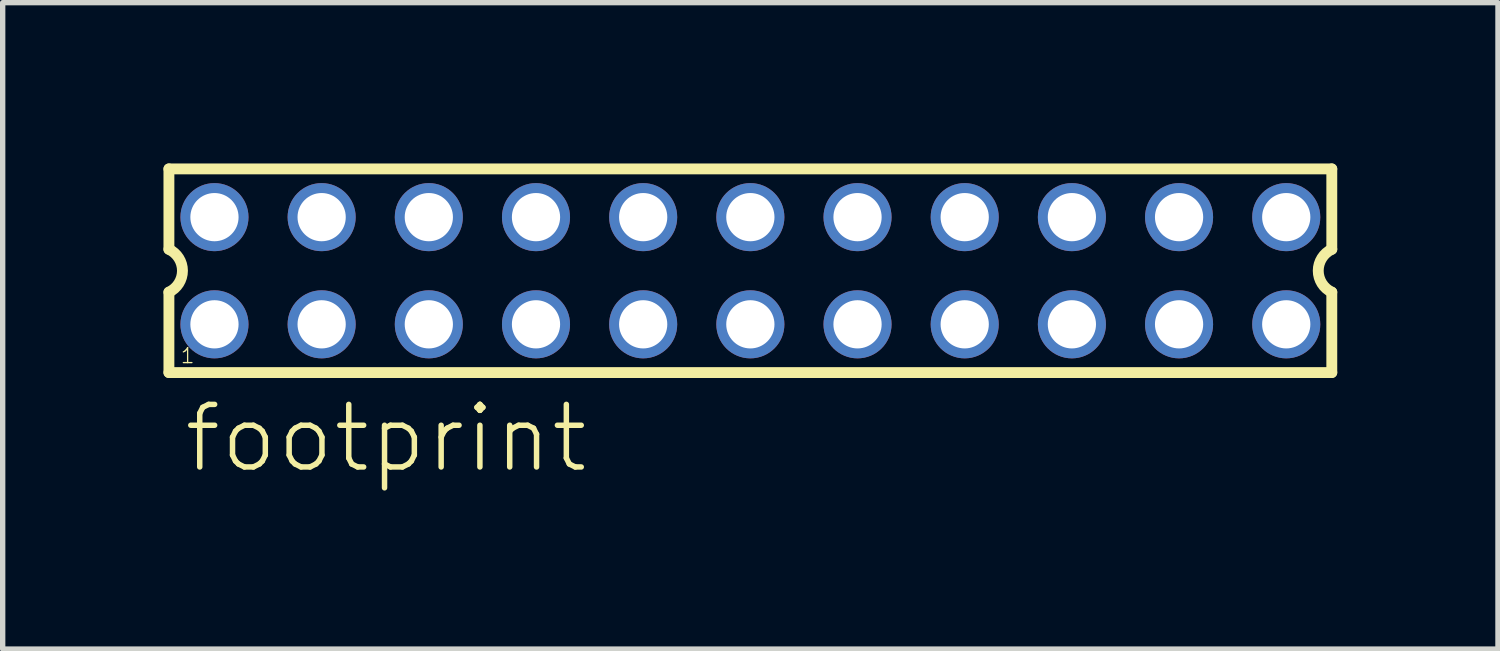
<source format=kicad_pcb>
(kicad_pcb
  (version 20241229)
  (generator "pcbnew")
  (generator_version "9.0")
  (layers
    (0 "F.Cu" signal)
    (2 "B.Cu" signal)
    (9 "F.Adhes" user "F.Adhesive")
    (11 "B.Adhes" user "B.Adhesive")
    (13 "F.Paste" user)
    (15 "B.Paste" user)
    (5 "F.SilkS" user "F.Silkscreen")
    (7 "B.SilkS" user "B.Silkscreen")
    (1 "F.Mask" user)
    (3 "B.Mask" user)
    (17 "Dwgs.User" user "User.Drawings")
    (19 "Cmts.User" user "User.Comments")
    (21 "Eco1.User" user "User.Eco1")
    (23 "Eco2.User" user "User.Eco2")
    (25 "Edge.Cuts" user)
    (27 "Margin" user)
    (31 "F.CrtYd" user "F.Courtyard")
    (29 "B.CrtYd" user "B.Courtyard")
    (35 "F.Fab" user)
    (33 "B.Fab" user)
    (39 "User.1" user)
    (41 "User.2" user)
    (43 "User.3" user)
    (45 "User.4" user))
  (footprint "footprint"
    (layer "F.Cu")
    (at 10.952 2.002)
    (property "Reference" "footprint" (at -10.62 3.81 0) (layer "F.SilkS") (effects (font (size 1.168 1.168) (thickness 0.102)) (justify left bottom)))
    (fp_line (start -10.85 -1.9) (end -10.85 -0.4) (stroke (width 0.203) (type solid)) (layer "F.SilkS"))
    (fp_line (start -10.85 0.4) (end -10.85 1.9) (stroke (width 0.203) (type solid)) (layer "F.SilkS"))
    (fp_line (start -10.85 1.9) (end 10.85 1.9) (stroke (width 0.203) (type solid)) (layer "F.SilkS"))
    (fp_line (start 10.85 -1.9) (end -10.85 -1.9) (stroke (width 0.203) (type solid)) (layer "F.SilkS"))
    (fp_line (start 10.85 -0.4) (end 10.85 -1.9) (stroke (width 0.203) (type solid)) (layer "F.SilkS"))
    (fp_line (start 10.85 1.9) (end 10.85 0.4) (stroke (width 0.203) (type solid)) (layer "F.SilkS"))
    (fp_arc (start -10.85 -0.4) (mid -10.597168 -0.000001) (end -10.849998 0.399999) (stroke (width 0.2032) (type solid)) (layer "F.SilkS"))
    (fp_arc (start 10.85 0.4) (mid 10.597168 0.000001) (end 10.849998 -0.399999) (stroke (width 0.2032) (type solid)) (layer "F.SilkS"))
    (fp_poly (pts (xy -10.25 -0.75) (xy -9.75 -0.75) (xy -9.75 -1.25) (xy -10.25 -1.25)) (stroke (width 0.1) (type solid)) (fill no) (layer "F.Fab"))
    (fp_poly (pts (xy -10.25 1.25) (xy -9.75 1.25) (xy -9.75 0.75) (xy -10.25 0.75)) (stroke (width 0.1) (type solid)) (fill no) (layer "F.Fab"))
    (fp_poly (pts (xy -8.25 -0.75) (xy -7.75 -0.75) (xy -7.75 -1.25) (xy -8.25 -1.25)) (stroke (width 0.1) (type solid)) (fill no) (layer "F.Fab"))
    (fp_poly (pts (xy -8.25 1.25) (xy -7.75 1.25) (xy -7.75 0.75) (xy -8.25 0.75)) (stroke (width 0.1) (type solid)) (fill no) (layer "F.Fab"))
    (fp_poly (pts (xy -6.25 -0.75) (xy -5.75 -0.75) (xy -5.75 -1.25) (xy -6.25 -1.25)) (stroke (width 0.1) (type solid)) (fill no) (layer "F.Fab"))
    (fp_poly (pts (xy -6.25 1.25) (xy -5.75 1.25) (xy -5.75 0.75) (xy -6.25 0.75)) (stroke (width 0.1) (type solid)) (fill no) (layer "F.Fab"))
    (fp_poly (pts (xy -4.25 -0.75) (xy -3.75 -0.75) (xy -3.75 -1.25) (xy -4.25 -1.25)) (stroke (width 0.1) (type solid)) (fill no) (layer "F.Fab"))
    (fp_poly (pts (xy -4.25 1.25) (xy -3.75 1.25) (xy -3.75 0.75) (xy -4.25 0.75)) (stroke (width 0.1) (type solid)) (fill no) (layer "F.Fab"))
    (fp_poly (pts (xy -2.25 -0.75) (xy -1.75 -0.75) (xy -1.75 -1.25) (xy -2.25 -1.25)) (stroke (width 0.1) (type solid)) (fill no) (layer "F.Fab"))
    (fp_poly (pts (xy -2.25 1.25) (xy -1.75 1.25) (xy -1.75 0.75) (xy -2.25 0.75)) (stroke (width 0.1) (type solid)) (fill no) (layer "F.Fab"))
    (fp_poly (pts (xy -0.25 -0.75) (xy 0.25 -0.75) (xy 0.25 -1.25) (xy -0.25 -1.25)) (stroke (width 0.1) (type solid)) (fill no) (layer "F.Fab"))
    (fp_poly (pts (xy -0.25 1.25) (xy 0.25 1.25) (xy 0.25 0.75) (xy -0.25 0.75)) (stroke (width 0.1) (type solid)) (fill no) (layer "F.Fab"))
    (fp_poly (pts (xy 1.75 -0.75) (xy 2.25 -0.75) (xy 2.25 -1.25) (xy 1.75 -1.25)) (stroke (width 0.1) (type solid)) (fill no) (layer "F.Fab"))
    (fp_poly (pts (xy 1.75 1.25) (xy 2.25 1.25) (xy 2.25 0.75) (xy 1.75 0.75)) (stroke (width 0.1) (type solid)) (fill no) (layer "F.Fab"))
    (fp_poly (pts (xy 3.75 -0.75) (xy 4.25 -0.75) (xy 4.25 -1.25) (xy 3.75 -1.25)) (stroke (width 0.1) (type solid)) (fill no) (layer "F.Fab"))
    (fp_poly (pts (xy 3.75 1.25) (xy 4.25 1.25) (xy 4.25 0.75) (xy 3.75 0.75)) (stroke (width 0.1) (type solid)) (fill no) (layer "F.Fab"))
    (fp_poly (pts (xy 5.75 -0.75) (xy 6.25 -0.75) (xy 6.25 -1.25) (xy 5.75 -1.25)) (stroke (width 0.1) (type solid)) (fill no) (layer "F.Fab"))
    (fp_poly (pts (xy 5.75 1.25) (xy 6.25 1.25) (xy 6.25 0.75) (xy 5.75 0.75)) (stroke (width 0.1) (type solid)) (fill no) (layer "F.Fab"))
    (fp_poly (pts (xy 7.75 -0.75) (xy 8.25 -0.75) (xy 8.25 -1.25) (xy 7.75 -1.25)) (stroke (width 0.1) (type solid)) (fill no) (layer "F.Fab"))
    (fp_poly (pts (xy 7.75 1.25) (xy 8.25 1.25) (xy 8.25 0.75) (xy 7.75 0.75)) (stroke (width 0.1) (type solid)) (fill no) (layer "F.Fab"))
    (fp_poly (pts (xy 9.75 -0.75) (xy 10.25 -0.75) (xy 10.25 -1.25) (xy 9.75 -1.25)) (stroke (width 0.1) (type solid)) (fill no) (layer "F.Fab"))
    (fp_poly (pts (xy 9.75 1.25) (xy 10.25 1.25) (xy 10.25 0.75) (xy 9.75 0.75)) (stroke (width 0.1) (type solid)) (fill no) (layer "F.Fab"))
    (fp_text user "1" (at -10.65 1.75 0) (layer "F.SilkS") (effects (font (size 0.28 0.28) (thickness 0.024)) (justify left bottom)))
    (pad "1" thru_hole circle (at -10 1) (size 1.27 1.27) (drill 0.9) (layers "*.Cu" "*.Mask"))
    (pad "2" thru_hole circle (at -10 -1) (size 1.27 1.27) (drill 0.9) (layers "*.Cu" "*.Mask"))
    (pad "3" thru_hole circle (at -8 1) (size 1.27 1.27) (drill 0.9) (layers "*.Cu" "*.Mask"))
    (pad "4" thru_hole circle (at -8 -1) (size 1.27 1.27) (drill 0.9) (layers "*.Cu" "*.Mask"))
    (pad "5" thru_hole circle (at -6 1) (size 1.27 1.27) (drill 0.9) (layers "*.Cu" "*.Mask"))
    (pad "6" thru_hole circle (at -6 -1) (size 1.27 1.27) (drill 0.9) (layers "*.Cu" "*.Mask"))
    (pad "7" thru_hole circle (at -4 1) (size 1.27 1.27) (drill 0.9) (layers "*.Cu" "*.Mask"))
    (pad "8" thru_hole circle (at -4 -1) (size 1.27 1.27) (drill 0.9) (layers "*.Cu" "*.Mask"))
    (pad "9" thru_hole circle (at -2 1) (size 1.27 1.27) (drill 0.9) (layers "*.Cu" "*.Mask"))
    (pad "10" thru_hole circle (at -2 -1) (size 1.27 1.27) (drill 0.9) (layers "*.Cu" "*.Mask"))
    (pad "11" thru_hole circle (at 0 1) (size 1.27 1.27) (drill 0.9) (layers "*.Cu" "*.Mask"))
    (pad "12" thru_hole circle (at 0 -1) (size 1.27 1.27) (drill 0.9) (layers "*.Cu" "*.Mask"))
    (pad "13" thru_hole circle (at 2 1) (size 1.27 1.27) (drill 0.9) (layers "*.Cu" "*.Mask"))
    (pad "14" thru_hole circle (at 2 -1) (size 1.27 1.27) (drill 0.9) (layers "*.Cu" "*.Mask"))
    (pad "15" thru_hole circle (at 4 1) (size 1.27 1.27) (drill 0.9) (layers "*.Cu" "*.Mask"))
    (pad "16" thru_hole circle (at 4 -1) (size 1.27 1.27) (drill 0.9) (layers "*.Cu" "*.Mask"))
    (pad "17" thru_hole circle (at 6 1) (size 1.27 1.27) (drill 0.9) (layers "*.Cu" "*.Mask"))
    (pad "18" thru_hole circle (at 6 -1) (size 1.27 1.27) (drill 0.9) (layers "*.Cu" "*.Mask"))
    (pad "19" thru_hole circle (at 8 1) (size 1.27 1.27) (drill 0.9) (layers "*.Cu" "*.Mask"))
    (pad "20" thru_hole circle (at 8 -1) (size 1.27 1.27) (drill 0.9) (layers "*.Cu" "*.Mask"))
    (pad "21" thru_hole circle (at 10 1) (size 1.27 1.27) (drill 0.9) (layers "*.Cu" "*.Mask"))
    (pad "22" thru_hole circle (at 10 -1) (size 1.27 1.27) (drill 0.9) (layers "*.Cu" "*.Mask")))
  (gr_rect
    (start -3 -3)
    (end 24.903 9.062)
    (stroke (width 0.1) (type default))
    (fill no)
    (layer "Edge.Cuts")))
</source>
